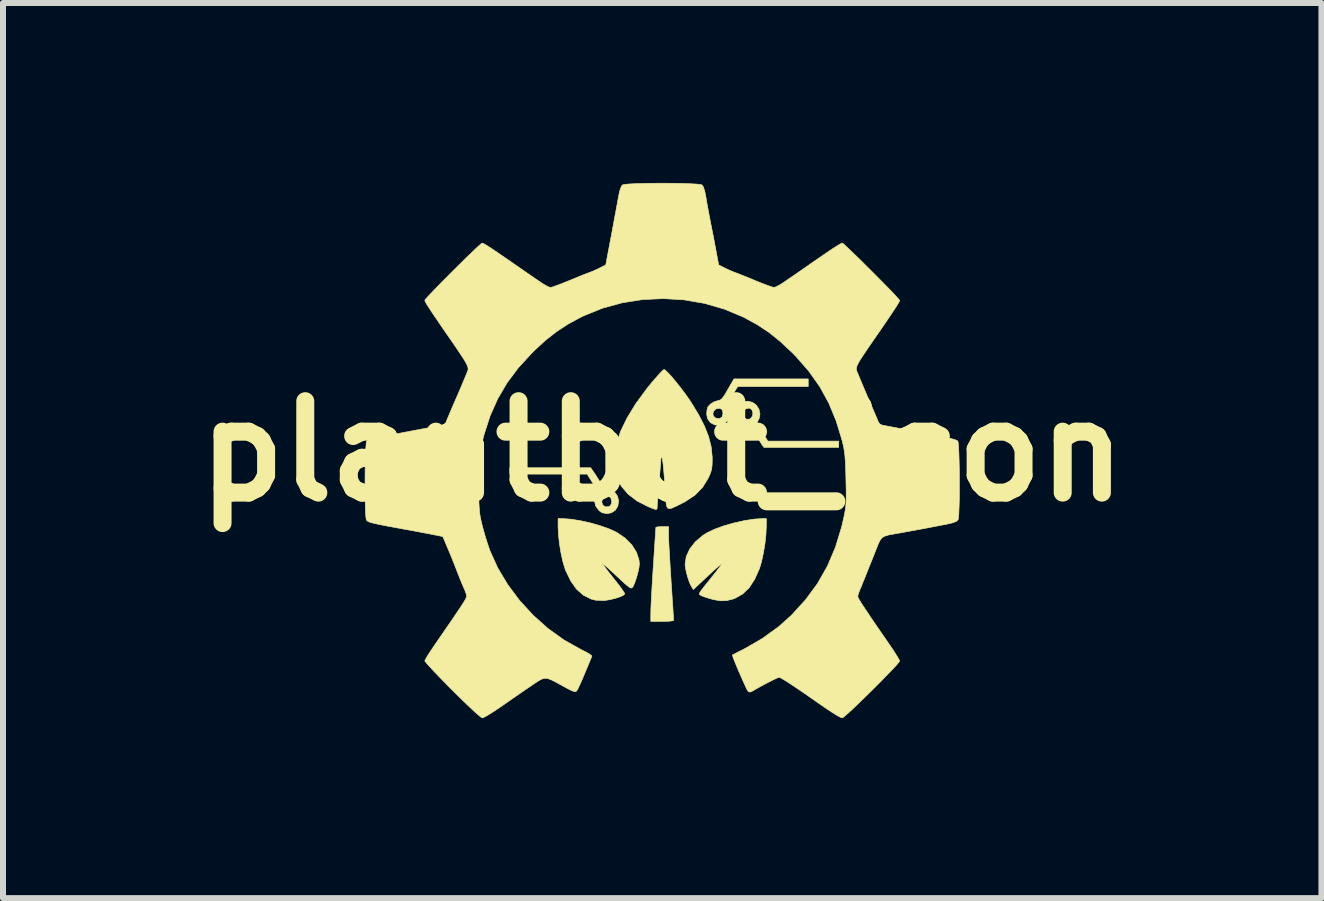
<source format=kicad_pcb>
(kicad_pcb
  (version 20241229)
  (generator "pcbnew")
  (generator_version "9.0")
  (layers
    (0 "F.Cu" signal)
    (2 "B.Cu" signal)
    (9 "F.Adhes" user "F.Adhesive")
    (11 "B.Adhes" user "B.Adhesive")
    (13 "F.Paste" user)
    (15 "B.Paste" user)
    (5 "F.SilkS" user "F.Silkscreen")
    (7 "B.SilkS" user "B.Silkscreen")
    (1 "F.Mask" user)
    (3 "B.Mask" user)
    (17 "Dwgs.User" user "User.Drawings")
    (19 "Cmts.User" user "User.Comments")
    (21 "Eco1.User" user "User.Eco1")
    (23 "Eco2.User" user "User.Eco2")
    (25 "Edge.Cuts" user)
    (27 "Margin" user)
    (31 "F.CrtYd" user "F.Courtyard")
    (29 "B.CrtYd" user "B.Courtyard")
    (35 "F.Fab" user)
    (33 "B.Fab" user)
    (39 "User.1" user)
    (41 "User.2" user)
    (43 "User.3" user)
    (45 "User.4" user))
  (footprint "plantbot_icon"
    (layer "F.Cu")
    (at 7.99 4.473)
    (property "Reference" "plantbot_icon" (at 0 0 0) (layer "F.SilkS") (effects (font (size 1.524 1.524) (thickness 0.3))))
    (attr through_hole)
    (fp_poly (pts (xy 0.106 1.396) (xy 0.107 1.453) (xy 0.111 1.545) (xy 0.118 1.666) (xy 0.126 1.809) (xy 0.135 1.967) (xy 0.146 2.133) (xy 0.148 2.17) (xy 0.159 2.329) (xy 0.168 2.476) (xy 0.177 2.603) (xy 0.183 2.705) (xy 0.188 2.778) (xy 0.19 2.816) (xy 0.19 2.82) (xy 0.171 2.827) (xy 0.118 2.833) (xy 0.043 2.836) (xy 0 2.836) (xy -0.191 2.836) (xy -0.19 2.693) (xy -0.189 2.636) (xy -0.185 2.542) (xy -0.179 2.42) (xy -0.171 2.277) (xy -0.161 2.118) (xy -0.151 1.951) (xy -0.148 1.916) (xy -0.138 1.756) (xy -0.128 1.61) (xy -0.12 1.484) (xy -0.113 1.382) (xy -0.108 1.31) (xy -0.106 1.273) (xy -0.106 1.269) (xy -0.087 1.262) (xy -0.038 1.258) (xy 0 1.257) (xy 0.106 1.257) (xy 0.106 1.396)) (stroke (width 0.01) (type solid)) (fill yes) (layer "F.SilkS"))
    (fp_poly (pts (xy -1.152 0.333) (xy -1.118 0.383) (xy -1.074 0.452) (xy -1.037 0.513) (xy -0.994 0.581) (xy -0.96 0.618) (xy -0.927 0.633) (xy -0.907 0.635) (xy -0.852 0.649) (xy -0.794 0.682) (xy -0.79 0.686) (xy -0.743 0.752) (xy -0.727 0.833) (xy -0.741 0.917) (xy -0.782 0.983) (xy -0.847 1.026) (xy -0.926 1.04) (xy -1.003 1.024) (xy -1.053 0.99) (xy -1.11 0.912) (xy -1.123 0.852) (xy -1.008 0.852) (xy -0.988 0.9) (xy -0.947 0.927) (xy -0.892 0.923) (xy -0.87 0.912) (xy -0.849 0.879) (xy -0.841 0.836) (xy -0.856 0.78) (xy -0.893 0.747) (xy -0.939 0.741) (xy -0.981 0.766) (xy -0.997 0.791) (xy -1.008 0.852) (xy -1.123 0.852) (xy -1.126 0.837) (xy -1.105 0.759) (xy -1.102 0.755) (xy -1.064 0.68) (xy -1.158 0.531) (xy -1.252 0.381) (xy -2.54 0.381) (xy -2.54 0.275) (xy -1.193 0.275) (xy -1.152 0.333)) (stroke (width 0.01) (type solid)) (fill yes) (layer "F.SilkS"))
    (fp_poly (pts (xy 1.507 -0.815) (xy 1.57 -0.767) (xy 1.613 -0.699) (xy 1.63 -0.621) (xy 1.615 -0.544) (xy 1.6 -0.517) (xy 1.588 -0.493) (xy 1.588 -0.466) (xy 1.604 -0.426) (xy 1.639 -0.365) (xy 1.666 -0.322) (xy 1.761 -0.169) (xy 2.942 -0.169) (xy 2.942 -0.064) (xy 1.696 -0.064) (xy 1.656 -0.122) (xy 1.624 -0.172) (xy 1.581 -0.242) (xy 1.549 -0.299) (xy 1.509 -0.365) (xy 1.475 -0.403) (xy 1.438 -0.423) (xy 1.399 -0.431) (xy 1.314 -0.463) (xy 1.257 -0.52) (xy 1.23 -0.593) (xy 1.233 -0.624) (xy 1.349 -0.624) (xy 1.364 -0.567) (xy 1.402 -0.535) (xy 1.452 -0.535) (xy 1.473 -0.545) (xy 1.504 -0.586) (xy 1.512 -0.638) (xy 1.498 -0.686) (xy 1.465 -0.716) (xy 1.444 -0.719) (xy 1.384 -0.703) (xy 1.353 -0.656) (xy 1.349 -0.624) (xy 1.233 -0.624) (xy 1.237 -0.675) (xy 1.279 -0.755) (xy 1.288 -0.766) (xy 1.341 -0.813) (xy 1.395 -0.832) (xy 1.429 -0.834) (xy 1.507 -0.815)) (stroke (width 0.01) (type solid)) (fill yes) (layer "F.SilkS"))
    (fp_poly (pts (xy 2.434 -1.079) (xy 1.259 -1.079) (xy 1.167 -0.932) (xy 1.123 -0.858) (xy 1.099 -0.811) (xy 1.091 -0.779) (xy 1.098 -0.754) (xy 1.11 -0.737) (xy 1.138 -0.664) (xy 1.132 -0.59) (xy 1.097 -0.523) (xy 1.04 -0.469) (xy 0.966 -0.438) (xy 0.883 -0.438) (xy 0.878 -0.439) (xy 0.805 -0.476) (xy 0.757 -0.541) (xy 0.741 -0.619) (xy 0.742 -0.633) (xy 0.845 -0.633) (xy 0.852 -0.588) (xy 0.889 -0.555) (xy 0.894 -0.552) (xy 0.957 -0.544) (xy 0.998 -0.572) (xy 1.013 -0.629) (xy 1.012 -0.642) (xy 0.999 -0.692) (xy 0.968 -0.714) (xy 0.957 -0.716) (xy 0.902 -0.709) (xy 0.863 -0.677) (xy 0.845 -0.633) (xy 0.742 -0.633) (xy 0.746 -0.684) (xy 0.76 -0.736) (xy 0.763 -0.742) (xy 0.803 -0.786) (xy 0.866 -0.824) (xy 0.93 -0.845) (xy 0.948 -0.847) (xy 0.986 -0.867) (xy 1.032 -0.924) (xy 1.05 -0.954) (xy 1.093 -1.028) (xy 1.135 -1.101) (xy 1.154 -1.133) (xy 1.196 -1.206) (xy 2.434 -1.206) (xy 2.434 -1.079)) (stroke (width 0.01) (type solid)) (fill yes) (layer "F.SilkS"))
    (fp_poly (pts (xy 1.735 1.254) (xy 1.729 1.391) (xy 1.712 1.545) (xy 1.686 1.7) (xy 1.655 1.842) (xy 1.621 1.957) (xy 1.619 1.96) (xy 1.54 2.137) (xy 1.449 2.276) (xy 1.342 2.379) (xy 1.218 2.449) (xy 1.179 2.464) (xy 1.076 2.489) (xy 0.974 2.493) (xy 0.859 2.474) (xy 0.785 2.454) (xy 0.713 2.431) (xy 0.656 2.409) (xy 0.629 2.394) (xy 0.621 2.385) (xy 0.62 2.373) (xy 0.628 2.353) (xy 0.65 2.32) (xy 0.688 2.27) (xy 0.746 2.198) (xy 0.827 2.097) (xy 0.831 2.092) (xy 0.894 2.013) (xy 0.945 1.946) (xy 0.981 1.898) (xy 0.995 1.875) (xy 0.995 1.874) (xy 0.98 1.883) (xy 0.94 1.916) (xy 0.88 1.969) (xy 0.805 2.037) (xy 0.757 2.082) (xy 0.519 2.305) (xy 0.483 2.247) (xy 0.454 2.186) (xy 0.425 2.101) (xy 0.4 2.007) (xy 0.384 1.922) (xy 0.381 1.882) (xy 0.401 1.753) (xy 0.46 1.627) (xy 0.553 1.509) (xy 0.675 1.405) (xy 0.752 1.356) (xy 0.874 1.299) (xy 1.024 1.244) (xy 1.192 1.196) (xy 1.363 1.158) (xy 1.526 1.132) (xy 1.667 1.122) (xy 1.736 1.122) (xy 1.735 1.254)) (stroke (width 0.01) (type solid)) (fill yes) (layer "F.SilkS"))
    (fp_poly (pts (xy -1.667 1.122) (xy -1.526 1.132) (xy -1.363 1.158) (xy -1.191 1.196) (xy -1.024 1.245) (xy -0.873 1.299) (xy -0.752 1.356) (xy -0.615 1.451) (xy -0.506 1.562) (xy -0.429 1.685) (xy -0.387 1.812) (xy -0.381 1.881) (xy -0.388 1.942) (xy -0.406 2.024) (xy -0.431 2.113) (xy -0.458 2.193) (xy -0.483 2.25) (xy -0.489 2.259) (xy -0.502 2.275) (xy -0.517 2.281) (xy -0.539 2.274) (xy -0.573 2.249) (xy -0.625 2.205) (xy -0.699 2.137) (xy -0.758 2.082) (xy -0.839 2.006) (xy -0.908 1.944) (xy -0.96 1.899) (xy -0.99 1.876) (xy -0.995 1.874) (xy -0.982 1.895) (xy -0.948 1.943) (xy -0.896 2.011) (xy -0.832 2.092) (xy -0.81 2.12) (xy -0.742 2.205) (xy -0.686 2.28) (xy -0.646 2.338) (xy -0.626 2.372) (xy -0.624 2.376) (xy -0.644 2.398) (xy -0.695 2.423) (xy -0.768 2.448) (xy -0.853 2.47) (xy -0.94 2.485) (xy -0.974 2.489) (xy -1.11 2.483) (xy -1.185 2.464) (xy -1.316 2.398) (xy -1.428 2.299) (xy -1.524 2.165) (xy -1.607 1.993) (xy -1.619 1.962) (xy -1.655 1.845) (xy -1.687 1.7) (xy -1.713 1.543) (xy -1.73 1.389) (xy -1.736 1.26) (xy -1.736 1.122) (xy -1.667 1.122)) (stroke (width 0.01) (type solid)) (fill yes) (layer "F.SilkS"))
    (fp_poly (pts (xy 0.058 -1.347) (xy 0.103 -1.302) (xy 0.163 -1.236) (xy 0.232 -1.153) (xy 0.305 -1.061) (xy 0.377 -0.966) (xy 0.442 -0.874) (xy 0.475 -0.826) (xy 0.605 -0.613) (xy 0.704 -0.42) (xy 0.774 -0.242) (xy 0.816 -0.074) (xy 0.833 0.091) (xy 0.834 0.127) (xy 0.832 0.224) (xy 0.824 0.296) (xy 0.805 0.361) (xy 0.773 0.436) (xy 0.769 0.445) (xy 0.674 0.6) (xy 0.546 0.731) (xy 0.383 0.84) (xy 0.328 0.868) (xy 0.24 0.912) (xy 0.174 0.943) (xy 0.127 0.957) (xy 0.096 0.951) (xy 0.076 0.92) (xy 0.064 0.861) (xy 0.056 0.77) (xy 0.048 0.642) (xy 0.044 0.567) (xy 0.035 0.437) (xy 0.025 0.32) (xy 0.016 0.223) (xy 0.007 0.153) (xy 0.000017 0.117) (xy -0.000254 0.116) (xy -0.014 0.086) (xy -0.019 0.095) (xy -0.02 0.116) (xy -0.023 0.151) (xy -0.028 0.22) (xy -0.036 0.315) (xy -0.045 0.428) (xy -0.053 0.519) (xy -0.063 0.641) (xy -0.072 0.751) (xy -0.079 0.841) (xy -0.083 0.903) (xy -0.084 0.926) (xy -0.086 0.956) (xy -0.097 0.969) (xy -0.126 0.966) (xy -0.18 0.946) (xy -0.233 0.924) (xy -0.42 0.829) (xy -0.57 0.714) (xy -0.683 0.581) (xy -0.759 0.43) (xy -0.798 0.262) (xy -0.8 0.078) (xy -0.765 -0.12) (xy -0.694 -0.332) (xy -0.585 -0.557) (xy -0.44 -0.794) (xy -0.258 -1.042) (xy -0.167 -1.154) (xy -0.099 -1.232) (xy -0.04 -1.298) (xy 0.005 -1.344) (xy 0.03 -1.364) (xy 0.032 -1.364) (xy 0.058 -1.347)) (stroke (width 0.01) (type solid)) (fill yes) (layer "F.SilkS"))
    (fp_poly (pts (xy 0.083 -4.468) (xy 0.227 -4.467) (xy 0.361 -4.464) (xy 0.479 -4.459) (xy 0.573 -4.454) (xy 0.637 -4.447) (xy 0.664 -4.439) (xy 0.689 -4.401) (xy 0.712 -4.322) (xy 0.73 -4.229) (xy 0.748 -4.119) (xy 0.772 -3.992) (xy 0.795 -3.869) (xy 0.801 -3.837) (xy 0.823 -3.728) (xy 0.849 -3.596) (xy 0.875 -3.46) (xy 0.892 -3.369) (xy 0.941 -3.107) (xy 1.047 -3.053) (xy 1.117 -3.02) (xy 1.18 -2.993) (xy 1.206 -2.983) (xy 1.245 -2.969) (xy 1.313 -2.942) (xy 1.404 -2.906) (xy 1.507 -2.864) (xy 1.543 -2.848) (xy 1.647 -2.806) (xy 1.739 -2.771) (xy 1.811 -2.745) (xy 1.856 -2.732) (xy 1.864 -2.731) (xy 1.899 -2.742) (xy 1.956 -2.772) (xy 2.014 -2.808) (xy 2.101 -2.868) (xy 2.211 -2.943) (xy 2.331 -3.026) (xy 2.45 -3.109) (xy 2.555 -3.182) (xy 2.561 -3.186) (xy 2.714 -3.291) (xy 2.833 -3.372) (xy 2.921 -3.428) (xy 2.977 -3.461) (xy 3.002 -3.471) (xy 3.022 -3.457) (xy 3.067 -3.416) (xy 3.132 -3.354) (xy 3.214 -3.275) (xy 3.308 -3.184) (xy 3.409 -3.083) (xy 3.513 -2.98) (xy 3.616 -2.876) (xy 3.713 -2.778) (xy 3.8 -2.689) (xy 3.872 -2.613) (xy 3.924 -2.556) (xy 3.954 -2.522) (xy 3.958 -2.514) (xy 3.951 -2.494) (xy 3.927 -2.453) (xy 3.886 -2.388) (xy 3.826 -2.297) (xy 3.746 -2.178) (xy 3.644 -2.029) (xy 3.536 -1.873) (xy 3.439 -1.733) (xy 3.365 -1.622) (xy 3.309 -1.538) (xy 3.271 -1.474) (xy 3.248 -1.427) (xy 3.237 -1.391) (xy 3.236 -1.364) (xy 3.242 -1.339) (xy 3.245 -1.333) (xy 3.309 -1.179) (xy 3.369 -1.036) (xy 3.434 -0.884) (xy 3.483 -0.773) (xy 3.525 -0.674) (xy 3.562 -0.588) (xy 3.59 -0.522) (xy 3.604 -0.485) (xy 3.605 -0.482) (xy 3.634 -0.45) (xy 3.666 -0.436) (xy 3.704 -0.429) (xy 3.775 -0.415) (xy 3.868 -0.398) (xy 3.976 -0.377) (xy 4 -0.373) (xy 4.137 -0.347) (xy 4.294 -0.317) (xy 4.454 -0.287) (xy 4.593 -0.261) (xy 4.717 -0.236) (xy 4.818 -0.212) (xy 4.889 -0.19) (xy 4.925 -0.173) (xy 4.927 -0.171) (xy 4.934 -0.142) (xy 4.94 -0.077) (xy 4.945 0.017) (xy 4.949 0.135) (xy 4.952 0.268) (xy 4.954 0.412) (xy 4.954 0.558) (xy 4.954 0.702) (xy 4.952 0.836) (xy 4.948 0.953) (xy 4.944 1.048) (xy 4.938 1.114) (xy 4.932 1.143) (xy 4.9 1.171) (xy 4.833 1.195) (xy 4.757 1.213) (xy 4.649 1.234) (xy 4.517 1.259) (xy 4.373 1.287) (xy 4.226 1.314) (xy 4.088 1.339) (xy 3.969 1.361) (xy 3.881 1.376) (xy 3.877 1.377) (xy 3.777 1.395) (xy 3.71 1.415) (xy 3.664 1.442) (xy 3.632 1.484) (xy 3.601 1.548) (xy 3.588 1.581) (xy 3.557 1.659) (xy 3.516 1.763) (xy 3.47 1.877) (xy 3.429 1.979) (xy 3.388 2.083) (xy 3.348 2.18) (xy 3.316 2.26) (xy 3.294 2.311) (xy 3.294 2.312) (xy 3.272 2.369) (xy 3.26 2.414) (xy 3.26 2.421) (xy 3.264 2.436) (xy 3.279 2.466) (xy 3.306 2.511) (xy 3.348 2.576) (xy 3.405 2.662) (xy 3.479 2.773) (xy 3.573 2.911) (xy 3.689 3.079) (xy 3.784 3.217) (xy 3.846 3.308) (xy 3.898 3.389) (xy 3.936 3.452) (xy 3.956 3.489) (xy 3.958 3.496) (xy 3.944 3.519) (xy 3.903 3.567) (xy 3.84 3.635) (xy 3.76 3.718) (xy 3.668 3.813) (xy 3.567 3.915) (xy 3.462 4.019) (xy 3.358 4.121) (xy 3.26 4.216) (xy 3.171 4.301) (xy 3.096 4.369) (xy 3.04 4.418) (xy 3.007 4.443) (xy 3.002 4.445) (xy 2.971 4.435) (xy 2.916 4.405) (xy 2.832 4.353) (xy 2.719 4.278) (xy 2.576 4.179) (xy 2.498 4.124) (xy 2.371 4.036) (xy 2.252 3.955) (xy 2.147 3.885) (xy 2.059 3.828) (xy 1.994 3.789) (xy 1.957 3.769) (xy 1.951 3.768) (xy 1.923 3.777) (xy 1.867 3.803) (xy 1.793 3.84) (xy 1.708 3.884) (xy 1.623 3.93) (xy 1.547 3.973) (xy 1.528 3.985) (xy 1.479 4.011) (xy 1.449 4.013) (xy 1.429 3.998) (xy 1.413 3.972) (xy 1.387 3.917) (xy 1.352 3.841) (xy 1.313 3.752) (xy 1.272 3.659) (xy 1.234 3.568) (xy 1.202 3.49) (xy 1.18 3.43) (xy 1.17 3.399) (xy 1.17 3.396) (xy 1.19 3.386) (xy 1.239 3.36) (xy 1.31 3.324) (xy 1.376 3.291) (xy 1.671 3.12) (xy 1.946 2.921) (xy 2.151 2.737) (xy 2.388 2.478) (xy 2.589 2.205) (xy 2.754 1.915) (xy 2.887 1.602) (xy 2.991 1.262) (xy 3.016 1.154) (xy 3.036 1.065) (xy 3.05 0.99) (xy 3.059 0.921) (xy 3.065 0.848) (xy 3.067 0.762) (xy 3.067 0.655) (xy 3.064 0.517) (xy 3.063 0.466) (xy 3.059 0.31) (xy 3.054 0.187) (xy 3.047 0.089) (xy 3.038 0.007) (xy 3.025 -0.068) (xy 3.008 -0.144) (xy 2.999 -0.18) (xy 2.9 -0.505) (xy 2.778 -0.801) (xy 2.629 -1.073) (xy 2.448 -1.33) (xy 2.231 -1.579) (xy 2.17 -1.641) (xy 1.974 -1.825) (xy 1.782 -1.98) (xy 1.582 -2.112) (xy 1.361 -2.233) (xy 1.355 -2.236) (xy 1.038 -2.369) (xy 0.707 -2.465) (xy 0.366 -2.524) (xy 0.02 -2.545) (xy -0.326 -2.529) (xy -0.667 -2.475) (xy -0.999 -2.384) (xy -1.317 -2.255) (xy -1.363 -2.232) (xy -1.573 -2.118) (xy -1.764 -1.993) (xy -1.947 -1.849) (xy -2.134 -1.677) (xy -2.17 -1.641) (xy -2.397 -1.394) (xy -2.586 -1.142) (xy -2.742 -0.876) (xy -2.869 -0.591) (xy -2.97 -0.279) (xy -3.016 -0.094) (xy -3.035 -0.007) (xy -3.049 0.066) (xy -3.059 0.134) (xy -3.065 0.206) (xy -3.067 0.289) (xy -3.067 0.394) (xy -3.065 0.528) (xy -3.063 0.603) (xy -3.059 0.756) (xy -3.055 0.876) (xy -3.049 0.971) (xy -3.041 1.049) (xy -3.029 1.119) (xy -3.013 1.191) (xy -2.992 1.272) (xy -2.99 1.281) (xy -2.958 1.393) (xy -2.923 1.507) (xy -2.89 1.607) (xy -2.873 1.656) (xy -2.743 1.944) (xy -2.576 2.223) (xy -2.377 2.489) (xy -2.151 2.735) (xy -1.903 2.956) (xy -1.637 3.147) (xy -1.36 3.302) (xy -1.336 3.314) (xy -1.261 3.352) (xy -1.205 3.386) (xy -1.175 3.41) (xy -1.173 3.417) (xy -1.184 3.444) (xy -1.208 3.502) (xy -1.242 3.584) (xy -1.282 3.68) (xy -1.292 3.704) (xy -1.334 3.804) (xy -1.373 3.891) (xy -1.404 3.957) (xy -1.425 3.994) (xy -1.428 3.997) (xy -1.446 4.007) (xy -1.477 4.003) (xy -1.526 3.983) (xy -1.601 3.944) (xy -1.643 3.921) (xy -1.755 3.859) (xy -1.838 3.816) (xy -1.901 3.791) (xy -1.952 3.784) (xy -2.001 3.795) (xy -2.056 3.824) (xy -2.127 3.87) (xy -2.185 3.91) (xy -2.28 3.974) (xy -2.371 4.037) (xy -2.449 4.091) (xy -2.498 4.124) (xy -2.656 4.235) (xy -2.783 4.321) (xy -2.88 4.383) (xy -2.949 4.424) (xy -2.991 4.443) (xy -3.002 4.445) (xy -3.025 4.43) (xy -3.075 4.389) (xy -3.146 4.325) (xy -3.234 4.242) (xy -3.337 4.143) (xy -3.45 4.032) (xy -3.498 3.984) (xy -3.613 3.868) (xy -3.716 3.762) (xy -3.806 3.668) (xy -3.878 3.59) (xy -3.929 3.533) (xy -3.955 3.501) (xy -3.958 3.495) (xy -3.947 3.469) (xy -3.915 3.415) (xy -3.868 3.341) (xy -3.81 3.254) (xy -3.795 3.232) (xy -3.666 3.045) (xy -3.56 2.891) (xy -3.473 2.764) (xy -3.405 2.663) (xy -3.353 2.585) (xy -3.314 2.525) (xy -3.288 2.482) (xy -3.272 2.451) (xy -3.263 2.431) (xy -3.26 2.417) (xy -3.26 2.414) (xy -3.269 2.376) (xy -3.29 2.318) (xy -3.304 2.286) (xy -3.332 2.222) (xy -3.368 2.135) (xy -3.406 2.038) (xy -3.421 2) (xy -3.458 1.904) (xy -3.495 1.811) (xy -3.525 1.736) (xy -3.534 1.714) (xy -3.569 1.633) (xy -3.606 1.544) (xy -3.616 1.521) (xy -3.658 1.422) (xy -3.813 1.391) (xy -3.892 1.375) (xy -4 1.355) (xy -4.124 1.331) (xy -4.251 1.308) (xy -4.286 1.302) (xy -4.464 1.269) (xy -4.605 1.243) (xy -4.714 1.222) (xy -4.794 1.204) (xy -4.851 1.19) (xy -4.889 1.177) (xy -4.912 1.165) (xy -4.926 1.152) (xy -4.932 1.143) (xy -4.939 1.109) (xy -4.945 1.04) (xy -4.949 0.942) (xy -4.952 0.823) (xy -4.954 0.688) (xy -4.954 0.543) (xy -4.954 0.397) (xy -4.952 0.254) (xy -4.949 0.122) (xy -4.945 0.006) (xy -4.939 -0.085) (xy -4.933 -0.147) (xy -4.927 -0.172) (xy -4.895 -0.188) (xy -4.826 -0.21) (xy -4.725 -0.234) (xy -4.598 -0.26) (xy -4.583 -0.262) (xy -4.444 -0.288) (xy -4.287 -0.318) (xy -4.123 -0.349) (xy -3.964 -0.379) (xy -3.819 -0.407) (xy -3.701 -0.43) (xy -3.666 -0.436) (xy -3.623 -0.458) (xy -3.605 -0.482) (xy -3.593 -0.515) (xy -3.566 -0.577) (xy -3.531 -0.661) (xy -3.489 -0.759) (xy -3.483 -0.773) (xy -3.411 -0.939) (xy -3.348 -1.085) (xy -3.287 -1.231) (xy -3.245 -1.333) (xy -3.237 -1.358) (xy -3.236 -1.385) (xy -3.245 -1.418) (xy -3.265 -1.462) (xy -3.299 -1.522) (xy -3.351 -1.601) (xy -3.421 -1.706) (xy -3.512 -1.839) (xy -3.536 -1.873) (xy -3.657 -2.048) (xy -3.754 -2.191) (xy -3.831 -2.304) (xy -3.888 -2.391) (xy -3.927 -2.453) (xy -3.95 -2.494) (xy -3.958 -2.515) (xy -3.958 -2.517) (xy -3.944 -2.537) (xy -3.903 -2.582) (xy -3.841 -2.648) (xy -3.762 -2.73) (xy -3.67 -2.824) (xy -3.57 -2.925) (xy -3.466 -3.029) (xy -3.362 -3.131) (xy -3.264 -3.228) (xy -3.175 -3.314) (xy -3.1 -3.386) (xy -3.043 -3.438) (xy -3.009 -3.467) (xy -3.001 -3.471) (xy -2.974 -3.46) (xy -2.915 -3.425) (xy -2.824 -3.366) (xy -2.701 -3.282) (xy -2.561 -3.186) (xy -2.457 -3.113) (xy -2.339 -3.032) (xy -2.218 -2.948) (xy -2.107 -2.872) (xy -2.018 -2.811) (xy -2.014 -2.808) (xy -1.949 -2.768) (xy -1.894 -2.74) (xy -1.864 -2.731) (xy -1.832 -2.738) (xy -1.769 -2.76) (xy -1.683 -2.792) (xy -1.583 -2.832) (xy -1.543 -2.848) (xy -1.437 -2.892) (xy -1.342 -2.931) (xy -1.265 -2.961) (xy -1.215 -2.98) (xy -1.206 -2.983) (xy -1.157 -3.002) (xy -1.089 -3.033) (xy -1.047 -3.053) (xy -0.941 -3.107) (xy -0.892 -3.369) (xy -0.842 -3.631) (xy -0.801 -3.854) (xy -0.767 -4.036) (xy -0.741 -4.177) (xy -0.722 -4.278) (xy -0.721 -4.286) (xy -0.702 -4.362) (xy -0.679 -4.419) (xy -0.663 -4.44) (xy -0.63 -4.448) (xy -0.563 -4.455) (xy -0.466 -4.46) (xy -0.346 -4.464) (xy -0.21 -4.467) (xy -0.065 -4.468) (xy 0.083 -4.468)) (stroke (width 0.01) (type solid)) (fill yes) (layer "F.SilkS")))
  (gr_rect
    (start -3 -3)
    (end 18.98 11.923)
    (stroke (width 0.1) (type default))
    (fill no)
    (layer "Edge.Cuts")))
</source>
